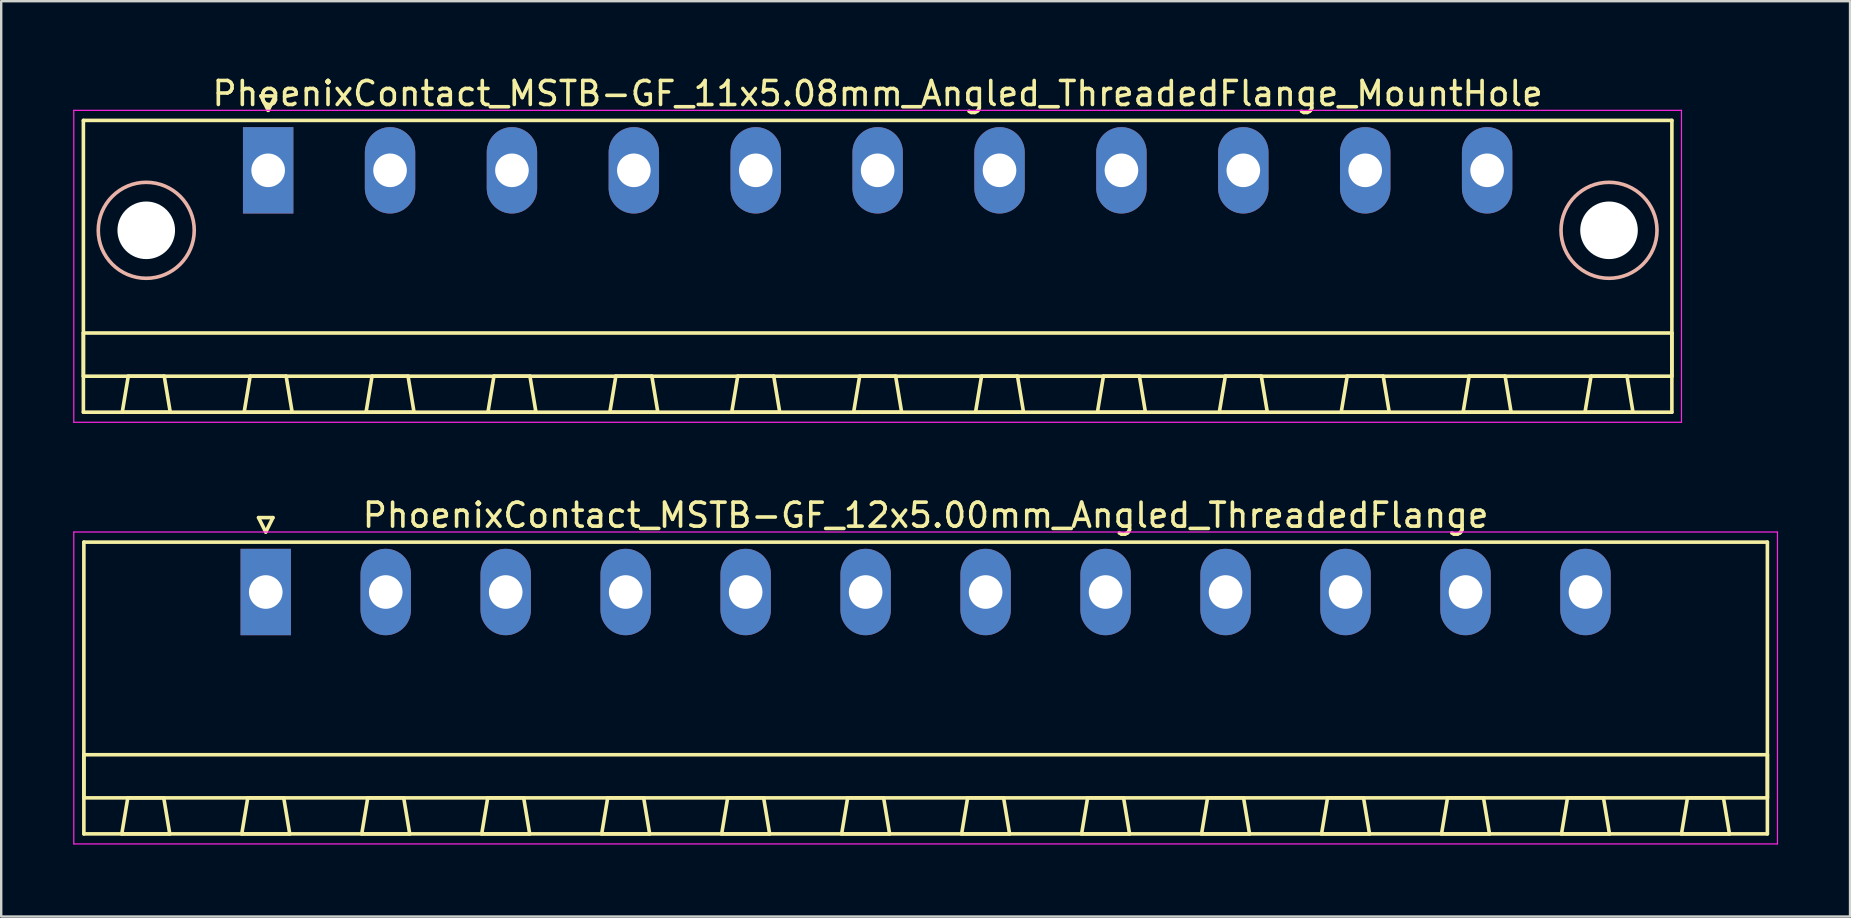
<source format=kicad_pcb>
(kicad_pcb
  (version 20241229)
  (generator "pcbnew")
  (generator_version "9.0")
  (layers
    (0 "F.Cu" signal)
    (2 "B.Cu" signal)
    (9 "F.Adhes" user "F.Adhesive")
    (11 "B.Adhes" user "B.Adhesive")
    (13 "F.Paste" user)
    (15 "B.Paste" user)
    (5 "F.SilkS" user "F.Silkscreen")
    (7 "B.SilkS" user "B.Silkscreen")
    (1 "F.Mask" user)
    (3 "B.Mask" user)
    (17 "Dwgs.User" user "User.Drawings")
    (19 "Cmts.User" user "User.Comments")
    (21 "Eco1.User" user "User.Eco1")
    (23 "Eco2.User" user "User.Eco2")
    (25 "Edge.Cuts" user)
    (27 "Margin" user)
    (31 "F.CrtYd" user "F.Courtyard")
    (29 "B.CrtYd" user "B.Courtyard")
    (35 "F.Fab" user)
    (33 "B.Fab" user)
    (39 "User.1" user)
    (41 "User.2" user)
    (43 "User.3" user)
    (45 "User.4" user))
  (footprint "PhoenixContact_MSTB-GF_12x5.00mm_Angled_ThreadedFlange"
    (layer "F.Cu")
    (at 8.025 21.622)
    (property "Reference" "PhoenixContact_MSTB-GF_12x5.00mm_Angled_ThreadedFlange" (at 27.5 -3.2 0) (layer "F.SilkS") (effects (font (size 1 1) (thickness 0.15))))
    (attr through_hole)
    (fp_line (start -7.58 -2.08) (end -7.58 10.08) (stroke (width 0.15) (type solid)) (layer "F.SilkS"))
    (fp_line (start -7.58 6.78) (end 62.58 6.78) (stroke (width 0.15) (type solid)) (layer "F.SilkS"))
    (fp_line (start -7.58 8.58) (end -7.58 6.78) (stroke (width 0.15) (type solid)) (layer "F.SilkS"))
    (fp_line (start -7.58 10.08) (end 62.58 10.08) (stroke (width 0.15) (type solid)) (layer "F.SilkS"))
    (fp_line (start -6 10.08) (end -4 10.08) (stroke (width 0.15) (type solid)) (layer "F.SilkS"))
    (fp_line (start -5.75 8.58) (end -6 10.08) (stroke (width 0.15) (type solid)) (layer "F.SilkS"))
    (fp_line (start -4.25 8.58) (end -5.75 8.58) (stroke (width 0.15) (type solid)) (layer "F.SilkS"))
    (fp_line (start -4 10.08) (end -4.25 8.58) (stroke (width 0.15) (type solid)) (layer "F.SilkS"))
    (fp_line (start -1 10.08) (end 1 10.08) (stroke (width 0.15) (type solid)) (layer "F.SilkS"))
    (fp_line (start -0.75 8.58) (end -1 10.08) (stroke (width 0.15) (type solid)) (layer "F.SilkS"))
    (fp_line (start -0.3 -3.1) (end 0 -2.5) (stroke (width 0.15) (type solid)) (layer "F.SilkS"))
    (fp_line (start 0 -2.5) (end 0.3 -3.1) (stroke (width 0.15) (type solid)) (layer "F.SilkS"))
    (fp_line (start 0.3 -3.1) (end -0.3 -3.1) (stroke (width 0.15) (type solid)) (layer "F.SilkS"))
    (fp_line (start 0.75 8.58) (end -0.75 8.58) (stroke (width 0.15) (type solid)) (layer "F.SilkS"))
    (fp_line (start 1 10.08) (end 0.75 8.58) (stroke (width 0.15) (type solid)) (layer "F.SilkS"))
    (fp_line (start 4 10.08) (end 6 10.08) (stroke (width 0.15) (type solid)) (layer "F.SilkS"))
    (fp_line (start 4.25 8.58) (end 4 10.08) (stroke (width 0.15) (type solid)) (layer "F.SilkS"))
    (fp_line (start 5.75 8.58) (end 4.25 8.58) (stroke (width 0.15) (type solid)) (layer "F.SilkS"))
    (fp_line (start 6 10.08) (end 5.75 8.58) (stroke (width 0.15) (type solid)) (layer "F.SilkS"))
    (fp_line (start 9 10.08) (end 11 10.08) (stroke (width 0.15) (type solid)) (layer "F.SilkS"))
    (fp_line (start 9.25 8.58) (end 9 10.08) (stroke (width 0.15) (type solid)) (layer "F.SilkS"))
    (fp_line (start 10.75 8.58) (end 9.25 8.58) (stroke (width 0.15) (type solid)) (layer "F.SilkS"))
    (fp_line (start 11 10.08) (end 10.75 8.58) (stroke (width 0.15) (type solid)) (layer "F.SilkS"))
    (fp_line (start 14 10.08) (end 16 10.08) (stroke (width 0.15) (type solid)) (layer "F.SilkS"))
    (fp_line (start 14.25 8.58) (end 14 10.08) (stroke (width 0.15) (type solid)) (layer "F.SilkS"))
    (fp_line (start 15.75 8.58) (end 14.25 8.58) (stroke (width 0.15) (type solid)) (layer "F.SilkS"))
    (fp_line (start 16 10.08) (end 15.75 8.58) (stroke (width 0.15) (type solid)) (layer "F.SilkS"))
    (fp_line (start 19 10.08) (end 21 10.08) (stroke (width 0.15) (type solid)) (layer "F.SilkS"))
    (fp_line (start 19.25 8.58) (end 19 10.08) (stroke (width 0.15) (type solid)) (layer "F.SilkS"))
    (fp_line (start 20.75 8.58) (end 19.25 8.58) (stroke (width 0.15) (type solid)) (layer "F.SilkS"))
    (fp_line (start 21 10.08) (end 20.75 8.58) (stroke (width 0.15) (type solid)) (layer "F.SilkS"))
    (fp_line (start 24 10.08) (end 26 10.08) (stroke (width 0.15) (type solid)) (layer "F.SilkS"))
    (fp_line (start 24.25 8.58) (end 24 10.08) (stroke (width 0.15) (type solid)) (layer "F.SilkS"))
    (fp_line (start 25.75 8.58) (end 24.25 8.58) (stroke (width 0.15) (type solid)) (layer "F.SilkS"))
    (fp_line (start 26 10.08) (end 25.75 8.58) (stroke (width 0.15) (type solid)) (layer "F.SilkS"))
    (fp_line (start 29 10.08) (end 31 10.08) (stroke (width 0.15) (type solid)) (layer "F.SilkS"))
    (fp_line (start 29.25 8.58) (end 29 10.08) (stroke (width 0.15) (type solid)) (layer "F.SilkS"))
    (fp_line (start 30.75 8.58) (end 29.25 8.58) (stroke (width 0.15) (type solid)) (layer "F.SilkS"))
    (fp_line (start 31 10.08) (end 30.75 8.58) (stroke (width 0.15) (type solid)) (layer "F.SilkS"))
    (fp_line (start 34 10.08) (end 36 10.08) (stroke (width 0.15) (type solid)) (layer "F.SilkS"))
    (fp_line (start 34.25 8.58) (end 34 10.08) (stroke (width 0.15) (type solid)) (layer "F.SilkS"))
    (fp_line (start 35.75 8.58) (end 34.25 8.58) (stroke (width 0.15) (type solid)) (layer "F.SilkS"))
    (fp_line (start 36 10.08) (end 35.75 8.58) (stroke (width 0.15) (type solid)) (layer "F.SilkS"))
    (fp_line (start 39 10.08) (end 41 10.08) (stroke (width 0.15) (type solid)) (layer "F.SilkS"))
    (fp_line (start 39.25 8.58) (end 39 10.08) (stroke (width 0.15) (type solid)) (layer "F.SilkS"))
    (fp_line (start 40.75 8.58) (end 39.25 8.58) (stroke (width 0.15) (type solid)) (layer "F.SilkS"))
    (fp_line (start 41 10.08) (end 40.75 8.58) (stroke (width 0.15) (type solid)) (layer "F.SilkS"))
    (fp_line (start 44 10.08) (end 46 10.08) (stroke (width 0.15) (type solid)) (layer "F.SilkS"))
    (fp_line (start 44.25 8.58) (end 44 10.08) (stroke (width 0.15) (type solid)) (layer "F.SilkS"))
    (fp_line (start 45.75 8.58) (end 44.25 8.58) (stroke (width 0.15) (type solid)) (layer "F.SilkS"))
    (fp_line (start 46 10.08) (end 45.75 8.58) (stroke (width 0.15) (type solid)) (layer "F.SilkS"))
    (fp_line (start 49 10.08) (end 51 10.08) (stroke (width 0.15) (type solid)) (layer "F.SilkS"))
    (fp_line (start 49.25 8.58) (end 49 10.08) (stroke (width 0.15) (type solid)) (layer "F.SilkS"))
    (fp_line (start 50.75 8.58) (end 49.25 8.58) (stroke (width 0.15) (type solid)) (layer "F.SilkS"))
    (fp_line (start 51 10.08) (end 50.75 8.58) (stroke (width 0.15) (type solid)) (layer "F.SilkS"))
    (fp_line (start 54 10.08) (end 56 10.08) (stroke (width 0.15) (type solid)) (layer "F.SilkS"))
    (fp_line (start 54.25 8.58) (end 54 10.08) (stroke (width 0.15) (type solid)) (layer "F.SilkS"))
    (fp_line (start 55.75 8.58) (end 54.25 8.58) (stroke (width 0.15) (type solid)) (layer "F.SilkS"))
    (fp_line (start 56 10.08) (end 55.75 8.58) (stroke (width 0.15) (type solid)) (layer "F.SilkS"))
    (fp_line (start 59 10.08) (end 61 10.08) (stroke (width 0.15) (type solid)) (layer "F.SilkS"))
    (fp_line (start 59.25 8.58) (end 59 10.08) (stroke (width 0.15) (type solid)) (layer "F.SilkS"))
    (fp_line (start 60.75 8.58) (end 59.25 8.58) (stroke (width 0.15) (type solid)) (layer "F.SilkS"))
    (fp_line (start 61 10.08) (end 60.75 8.58) (stroke (width 0.15) (type solid)) (layer "F.SilkS"))
    (fp_line (start 62.58 -2.08) (end -7.58 -2.08) (stroke (width 0.15) (type solid)) (layer "F.SilkS"))
    (fp_line (start 62.58 6.78) (end 62.58 8.58) (stroke (width 0.15) (type solid)) (layer "F.SilkS"))
    (fp_line (start 62.58 8.58) (end -7.58 8.58) (stroke (width 0.15) (type solid)) (layer "F.SilkS"))
    (fp_line (start 62.58 10.08) (end 62.58 -2.08) (stroke (width 0.15) (type solid)) (layer "F.SilkS"))
    (fp_line (start -8 -2.5) (end -8 10.5) (stroke (width 0.05) (type solid)) (layer "F.CrtYd"))
    (fp_line (start -8 10.5) (end 63 10.5) (stroke (width 0.05) (type solid)) (layer "F.CrtYd"))
    (fp_line (start 63 -2.5) (end -8 -2.5) (stroke (width 0.05) (type solid)) (layer "F.CrtYd"))
    (fp_line (start 63 10.5) (end 63 -2.5) (stroke (width 0.05) (type solid)) (layer "F.CrtYd"))
    (pad "1" thru_hole rect (at 0 0) (size 2.1 3.6) (drill 1.4) (layers "*.Cu" "*.Mask"))
    (pad "2" thru_hole oval (at 5 0) (size 2.1 3.6) (drill 1.4) (layers "*.Cu" "*.Mask"))
    (pad "3" thru_hole oval (at 10 0) (size 2.1 3.6) (drill 1.4) (layers "*.Cu" "*.Mask"))
    (pad "4" thru_hole oval (at 15 0) (size 2.1 3.6) (drill 1.4) (layers "*.Cu" "*.Mask"))
    (pad "5" thru_hole oval (at 20 0) (size 2.1 3.6) (drill 1.4) (layers "*.Cu" "*.Mask"))
    (pad "6" thru_hole oval (at 25 0) (size 2.1 3.6) (drill 1.4) (layers "*.Cu" "*.Mask"))
    (pad "7" thru_hole oval (at 30 0) (size 2.1 3.6) (drill 1.4) (layers "*.Cu" "*.Mask"))
    (pad "8" thru_hole oval (at 35 0) (size 2.1 3.6) (drill 1.4) (layers "*.Cu" "*.Mask"))
    (pad "9" thru_hole oval (at 40 0) (size 2.1 3.6) (drill 1.4) (layers "*.Cu" "*.Mask"))
    (pad "10" thru_hole oval (at 45 0) (size 2.1 3.6) (drill 1.4) (layers "*.Cu" "*.Mask"))
    (pad "11" thru_hole oval (at 50 0) (size 2.1 3.6) (drill 1.4) (layers "*.Cu" "*.Mask"))
    (pad "12" thru_hole oval (at 55 0) (size 2.1 3.6) (drill 1.4) (layers "*.Cu" "*.Mask")))
  (footprint "PhoenixContact_MSTB-GF_11x5.08mm_Angled_ThreadedFlange_MountHole"
    (layer "F.Cu")
    (at 8.125 4.048)
    (property "Reference" "PhoenixContact_MSTB-GF_11x5.08mm_Angled_ThreadedFlange_MountHole" (at 25.4 -3.2 0) (layer "F.SilkS") (effects (font (size 1 1) (thickness 0.15))))
    (attr through_hole)
    (fp_line (start -7.7 -2.08) (end -7.7 10.08) (stroke (width 0.15) (type solid)) (layer "F.SilkS"))
    (fp_line (start -7.7 6.78) (end 58.5 6.78) (stroke (width 0.15) (type solid)) (layer "F.SilkS"))
    (fp_line (start -7.7 8.58) (end -7.7 6.78) (stroke (width 0.15) (type solid)) (layer "F.SilkS"))
    (fp_line (start -7.7 10.08) (end 58.5 10.08) (stroke (width 0.15) (type solid)) (layer "F.SilkS"))
    (fp_line (start -6.08 10.08) (end -4.08 10.08) (stroke (width 0.15) (type solid)) (layer "F.SilkS"))
    (fp_line (start -5.83 8.58) (end -6.08 10.08) (stroke (width 0.15) (type solid)) (layer "F.SilkS"))
    (fp_line (start -4.33 8.58) (end -5.83 8.58) (stroke (width 0.15) (type solid)) (layer "F.SilkS"))
    (fp_line (start -4.08 10.08) (end -4.33 8.58) (stroke (width 0.15) (type solid)) (layer "F.SilkS"))
    (fp_line (start -1 10.08) (end 1 10.08) (stroke (width 0.15) (type solid)) (layer "F.SilkS"))
    (fp_line (start -0.75 8.58) (end -1 10.08) (stroke (width 0.15) (type solid)) (layer "F.SilkS"))
    (fp_line (start -0.3 -3.1) (end 0 -2.5) (stroke (width 0.15) (type solid)) (layer "F.SilkS"))
    (fp_line (start 0 -2.5) (end 0.3 -3.1) (stroke (width 0.15) (type solid)) (layer "F.SilkS"))
    (fp_line (start 0.3 -3.1) (end -0.3 -3.1) (stroke (width 0.15) (type solid)) (layer "F.SilkS"))
    (fp_line (start 0.75 8.58) (end -0.75 8.58) (stroke (width 0.15) (type solid)) (layer "F.SilkS"))
    (fp_line (start 1 10.08) (end 0.75 8.58) (stroke (width 0.15) (type solid)) (layer "F.SilkS"))
    (fp_line (start 4.08 10.08) (end 6.08 10.08) (stroke (width 0.15) (type solid)) (layer "F.SilkS"))
    (fp_line (start 4.33 8.58) (end 4.08 10.08) (stroke (width 0.15) (type solid)) (layer "F.SilkS"))
    (fp_line (start 5.83 8.58) (end 4.33 8.58) (stroke (width 0.15) (type solid)) (layer "F.SilkS"))
    (fp_line (start 6.08 10.08) (end 5.83 8.58) (stroke (width 0.15) (type solid)) (layer "F.SilkS"))
    (fp_line (start 9.16 10.08) (end 11.16 10.08) (stroke (width 0.15) (type solid)) (layer "F.SilkS"))
    (fp_line (start 9.41 8.58) (end 9.16 10.08) (stroke (width 0.15) (type solid)) (layer "F.SilkS"))
    (fp_line (start 10.91 8.58) (end 9.41 8.58) (stroke (width 0.15) (type solid)) (layer "F.SilkS"))
    (fp_line (start 11.16 10.08) (end 10.91 8.58) (stroke (width 0.15) (type solid)) (layer "F.SilkS"))
    (fp_line (start 14.24 10.08) (end 16.24 10.08) (stroke (width 0.15) (type solid)) (layer "F.SilkS"))
    (fp_line (start 14.49 8.58) (end 14.24 10.08) (stroke (width 0.15) (type solid)) (layer "F.SilkS"))
    (fp_line (start 15.99 8.58) (end 14.49 8.58) (stroke (width 0.15) (type solid)) (layer "F.SilkS"))
    (fp_line (start 16.24 10.08) (end 15.99 8.58) (stroke (width 0.15) (type solid)) (layer "F.SilkS"))
    (fp_line (start 19.32 10.08) (end 21.32 10.08) (stroke (width 0.15) (type solid)) (layer "F.SilkS"))
    (fp_line (start 19.57 8.58) (end 19.32 10.08) (stroke (width 0.15) (type solid)) (layer "F.SilkS"))
    (fp_line (start 21.07 8.58) (end 19.57 8.58) (stroke (width 0.15) (type solid)) (layer "F.SilkS"))
    (fp_line (start 21.32 10.08) (end 21.07 8.58) (stroke (width 0.15) (type solid)) (layer "F.SilkS"))
    (fp_line (start 24.4 10.08) (end 26.4 10.08) (stroke (width 0.15) (type solid)) (layer "F.SilkS"))
    (fp_line (start 24.65 8.58) (end 24.4 10.08) (stroke (width 0.15) (type solid)) (layer "F.SilkS"))
    (fp_line (start 26.15 8.58) (end 24.65 8.58) (stroke (width 0.15) (type solid)) (layer "F.SilkS"))
    (fp_line (start 26.4 10.08) (end 26.15 8.58) (stroke (width 0.15) (type solid)) (layer "F.SilkS"))
    (fp_line (start 29.48 10.08) (end 31.48 10.08) (stroke (width 0.15) (type solid)) (layer "F.SilkS"))
    (fp_line (start 29.73 8.58) (end 29.48 10.08) (stroke (width 0.15) (type solid)) (layer "F.SilkS"))
    (fp_line (start 31.23 8.58) (end 29.73 8.58) (stroke (width 0.15) (type solid)) (layer "F.SilkS"))
    (fp_line (start 31.48 10.08) (end 31.23 8.58) (stroke (width 0.15) (type solid)) (layer "F.SilkS"))
    (fp_line (start 34.56 10.08) (end 36.56 10.08) (stroke (width 0.15) (type solid)) (layer "F.SilkS"))
    (fp_line (start 34.81 8.58) (end 34.56 10.08) (stroke (width 0.15) (type solid)) (layer "F.SilkS"))
    (fp_line (start 36.31 8.58) (end 34.81 8.58) (stroke (width 0.15) (type solid)) (layer "F.SilkS"))
    (fp_line (start 36.56 10.08) (end 36.31 8.58) (stroke (width 0.15) (type solid)) (layer "F.SilkS"))
    (fp_line (start 39.64 10.08) (end 41.64 10.08) (stroke (width 0.15) (type solid)) (layer "F.SilkS"))
    (fp_line (start 39.89 8.58) (end 39.64 10.08) (stroke (width 0.15) (type solid)) (layer "F.SilkS"))
    (fp_line (start 41.39 8.58) (end 39.89 8.58) (stroke (width 0.15) (type solid)) (layer "F.SilkS"))
    (fp_line (start 41.64 10.08) (end 41.39 8.58) (stroke (width 0.15) (type solid)) (layer "F.SilkS"))
    (fp_line (start 44.72 10.08) (end 46.72 10.08) (stroke (width 0.15) (type solid)) (layer "F.SilkS"))
    (fp_line (start 44.97 8.58) (end 44.72 10.08) (stroke (width 0.15) (type solid)) (layer "F.SilkS"))
    (fp_line (start 46.47 8.58) (end 44.97 8.58) (stroke (width 0.15) (type solid)) (layer "F.SilkS"))
    (fp_line (start 46.72 10.08) (end 46.47 8.58) (stroke (width 0.15) (type solid)) (layer "F.SilkS"))
    (fp_line (start 49.8 10.08) (end 51.8 10.08) (stroke (width 0.15) (type solid)) (layer "F.SilkS"))
    (fp_line (start 50.05 8.58) (end 49.8 10.08) (stroke (width 0.15) (type solid)) (layer "F.SilkS"))
    (fp_line (start 51.55 8.58) (end 50.05 8.58) (stroke (width 0.15) (type solid)) (layer "F.SilkS"))
    (fp_line (start 51.8 10.08) (end 51.55 8.58) (stroke (width 0.15) (type solid)) (layer "F.SilkS"))
    (fp_line (start 54.88 10.08) (end 56.88 10.08) (stroke (width 0.15) (type solid)) (layer "F.SilkS"))
    (fp_line (start 55.13 8.58) (end 54.88 10.08) (stroke (width 0.15) (type solid)) (layer "F.SilkS"))
    (fp_line (start 56.63 8.58) (end 55.13 8.58) (stroke (width 0.15) (type solid)) (layer "F.SilkS"))
    (fp_line (start 56.88 10.08) (end 56.63 8.58) (stroke (width 0.15) (type solid)) (layer "F.SilkS"))
    (fp_line (start 58.5 -2.08) (end -7.7 -2.08) (stroke (width 0.15) (type solid)) (layer "F.SilkS"))
    (fp_line (start 58.5 6.78) (end 58.5 8.58) (stroke (width 0.15) (type solid)) (layer "F.SilkS"))
    (fp_line (start 58.5 8.58) (end -7.7 8.58) (stroke (width 0.15) (type solid)) (layer "F.SilkS"))
    (fp_line (start 58.5 10.08) (end 58.5 -2.08) (stroke (width 0.15) (type solid)) (layer "F.SilkS"))
    (fp_circle (center -5.08 2.5) (end -3.08 2.5) (stroke (width 0.15) (type solid)) (fill no) (layer "B.SilkS"))
    (fp_circle (center 55.88 2.5) (end 57.88 2.5) (stroke (width 0.15) (type solid)) (fill no) (layer "B.SilkS"))
    (fp_line (start -8.1 -2.5) (end -8.1 10.5) (stroke (width 0.05) (type solid)) (layer "F.CrtYd"))
    (fp_line (start -8.1 10.5) (end 58.9 10.5) (stroke (width 0.05) (type solid)) (layer "F.CrtYd"))
    (fp_line (start 58.9 -2.5) (end -8.1 -2.5) (stroke (width 0.05) (type solid)) (layer "F.CrtYd"))
    (fp_line (start 58.9 10.5) (end 58.9 -2.5) (stroke (width 0.05) (type solid)) (layer "F.CrtYd"))
    (pad "" np_thru_hole circle (at -5.08 2.5) (size 2.4 2.4) (drill 2.4) (layers "*.Cu" "*.Mask"))
    (pad "" np_thru_hole circle (at 55.88 2.5) (size 2.4 2.4) (drill 2.4) (layers "*.Cu" "*.Mask"))
    (pad "1" thru_hole rect (at 0 0) (size 2.1 3.6) (drill 1.4) (layers "*.Cu" "*.Mask"))
    (pad "2" thru_hole oval (at 5.08 0) (size 2.1 3.6) (drill 1.4) (layers "*.Cu" "*.Mask"))
    (pad "3" thru_hole oval (at 10.16 0) (size 2.1 3.6) (drill 1.4) (layers "*.Cu" "*.Mask"))
    (pad "4" thru_hole oval (at 15.24 0) (size 2.1 3.6) (drill 1.4) (layers "*.Cu" "*.Mask"))
    (pad "5" thru_hole oval (at 20.32 0) (size 2.1 3.6) (drill 1.4) (layers "*.Cu" "*.Mask"))
    (pad "6" thru_hole oval (at 25.4 0) (size 2.1 3.6) (drill 1.4) (layers "*.Cu" "*.Mask"))
    (pad "7" thru_hole oval (at 30.48 0) (size 2.1 3.6) (drill 1.4) (layers "*.Cu" "*.Mask"))
    (pad "8" thru_hole oval (at 35.56 0) (size 2.1 3.6) (drill 1.4) (layers "*.Cu" "*.Mask"))
    (pad "9" thru_hole oval (at 40.64 0) (size 2.1 3.6) (drill 1.4) (layers "*.Cu" "*.Mask"))
    (pad "10" thru_hole oval (at 45.72 0) (size 2.1 3.6) (drill 1.4) (layers "*.Cu" "*.Mask"))
    (pad "11" thru_hole oval (at 50.8 0) (size 2.1 3.6) (drill 1.4) (layers "*.Cu" "*.Mask")))
  (gr_rect
    (start -3 -3)
    (end 74.05 35.147)
    (stroke (width 0.1) (type default))
    (fill no)
    (layer "Edge.Cuts")))
</source>
